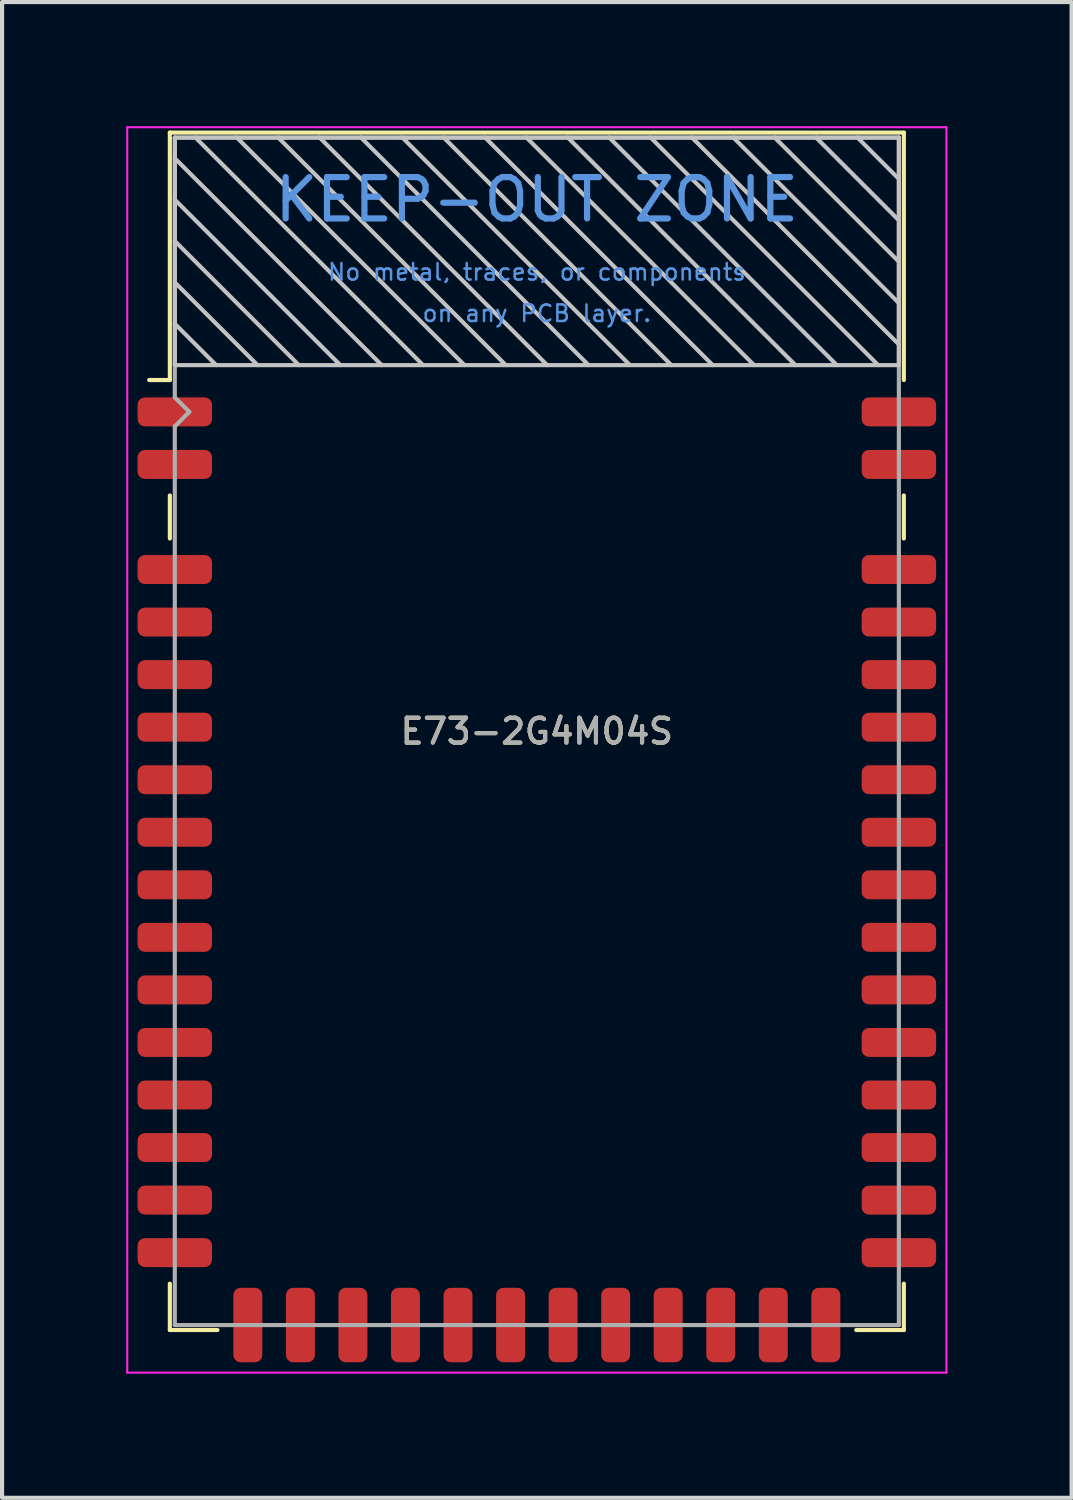
<source format=kicad_pcb>
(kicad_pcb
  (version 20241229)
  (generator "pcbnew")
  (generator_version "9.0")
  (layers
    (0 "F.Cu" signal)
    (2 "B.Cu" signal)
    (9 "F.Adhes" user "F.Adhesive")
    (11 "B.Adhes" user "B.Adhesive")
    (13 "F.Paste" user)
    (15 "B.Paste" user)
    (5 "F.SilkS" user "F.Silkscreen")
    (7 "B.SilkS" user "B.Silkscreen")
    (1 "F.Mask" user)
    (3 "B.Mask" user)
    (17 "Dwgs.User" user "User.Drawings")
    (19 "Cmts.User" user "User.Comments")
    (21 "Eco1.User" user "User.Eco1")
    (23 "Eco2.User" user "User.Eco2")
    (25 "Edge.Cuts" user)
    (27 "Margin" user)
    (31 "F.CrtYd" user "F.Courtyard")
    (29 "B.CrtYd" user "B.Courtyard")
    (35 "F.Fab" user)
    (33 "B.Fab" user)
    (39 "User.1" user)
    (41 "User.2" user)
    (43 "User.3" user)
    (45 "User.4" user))
  (footprint "E73-2G4M04S"
    (layer "F.Cu")
    (at 9.925 14.625)
    (property "Reference" "E73-2G4M04S" (at 0 0 0) (layer "F.SilkS") (effects (font (size 0.6 0.6) (thickness 0.1))))
    (attr smd)
    (fp_line (start -8.87 -14.47) (end -8.87 -8.49) (stroke (width 0.1) (type solid)) (layer "F.SilkS"))
    (fp_line (start -8.87 -8.49) (end -9.37 -8.49) (stroke (width 0.1) (type solid)) (layer "F.SilkS"))
    (fp_line (start -8.87 -5.7) (end -8.87 -4.66) (stroke (width 0.1) (type solid)) (layer "F.SilkS"))
    (fp_line (start -8.87 14.47) (end -8.87 13.35) (stroke (width 0.1) (type solid)) (layer "F.SilkS"))
    (fp_line (start -8.87 14.47) (end -7.72 14.47) (stroke (width 0.1) (type solid)) (layer "F.SilkS"))
    (fp_line (start 8.87 -14.47) (end -8.87 -14.47) (stroke (width 0.1) (type solid)) (layer "F.SilkS"))
    (fp_line (start 8.87 -14.47) (end 8.87 -8.49) (stroke (width 0.1) (type solid)) (layer "F.SilkS"))
    (fp_line (start 8.87 -5.7) (end 8.87 -4.66) (stroke (width 0.1) (type solid)) (layer "F.SilkS"))
    (fp_line (start 8.87 14.47) (end 7.72 14.47) (stroke (width 0.1) (type solid)) (layer "F.SilkS"))
    (fp_line (start 8.87 14.47) (end 8.87 13.35) (stroke (width 0.1) (type solid)) (layer "F.SilkS"))
    (fp_line (start -8.75 -14.35) (end 8.75 -14.35) (stroke (width 0.1) (type solid)) (layer "Dwgs.User"))
    (fp_line (start -8.75 -13.85) (end -3.75 -8.85) (stroke (width 0.1) (type solid)) (layer "Dwgs.User"))
    (fp_line (start -8.75 -11.85) (end -5.75 -8.85) (stroke (width 0.1) (type solid)) (layer "Dwgs.User"))
    (fp_line (start -8.75 -10.85) (end -6.75 -8.85) (stroke (width 0.1) (type solid)) (layer "Dwgs.User"))
    (fp_line (start -8.75 -9.85) (end -7.75 -8.85) (stroke (width 0.1) (type solid)) (layer "Dwgs.User"))
    (fp_line (start -8.75 -8.85) (end -8.75 -14.35) (stroke (width 0.1) (type solid)) (layer "Dwgs.User"))
    (fp_line (start -7.25 -14.35) (end -1.75 -8.85) (stroke (width 0.1) (type solid)) (layer "Dwgs.User"))
    (fp_line (start -5.25 -14.35) (end 0.25 -8.85) (stroke (width 0.1) (type solid)) (layer "Dwgs.User"))
    (fp_line (start -4.75 -8.85) (end -8.75 -12.85) (stroke (width 0.1) (type solid)) (layer "Dwgs.User"))
    (fp_line (start -3.25 -14.35) (end 2.25 -8.85) (stroke (width 0.1) (type solid)) (layer "Dwgs.User"))
    (fp_line (start -2.75 -8.85) (end -8.25 -14.35) (stroke (width 0.1) (type solid)) (layer "Dwgs.User"))
    (fp_line (start -1.25 -14.35) (end 4.25 -8.85) (stroke (width 0.1) (type solid)) (layer "Dwgs.User"))
    (fp_line (start -0.75 -8.85) (end -6.25 -14.35) (stroke (width 0.1) (type solid)) (layer "Dwgs.User"))
    (fp_line (start 0.75 -14.35) (end 6.25 -8.85) (stroke (width 0.1) (type solid)) (layer "Dwgs.User"))
    (fp_line (start 1.25 -8.85) (end -4.25 -14.35) (stroke (width 0.1) (type solid)) (layer "Dwgs.User"))
    (fp_line (start 2.75 -14.35) (end 8.25 -8.85) (stroke (width 0.1) (type solid)) (layer "Dwgs.User"))
    (fp_line (start 3.25 -8.85) (end -2.25 -14.35) (stroke (width 0.1) (type solid)) (layer "Dwgs.User"))
    (fp_line (start 4.75 -14.35) (end 8.75 -10.35) (stroke (width 0.1) (type solid)) (layer "Dwgs.User"))
    (fp_line (start 5.25 -8.85) (end -0.25 -14.35) (stroke (width 0.1) (type solid)) (layer "Dwgs.User"))
    (fp_line (start 6.75 -14.35) (end 8.75 -12.35) (stroke (width 0.1) (type solid)) (layer "Dwgs.User"))
    (fp_line (start 7.25 -8.85) (end 1.75 -14.35) (stroke (width 0.1) (type solid)) (layer "Dwgs.User"))
    (fp_line (start 8.75 -14.35) (end 8.75 -8.85) (stroke (width 0.1) (type solid)) (layer "Dwgs.User"))
    (fp_line (start 8.75 -13.35) (end 7.75 -14.35) (stroke (width 0.1) (type solid)) (layer "Dwgs.User"))
    (fp_line (start 8.75 -11.35) (end 5.75 -14.35) (stroke (width 0.1) (type solid)) (layer "Dwgs.User"))
    (fp_line (start 8.75 -9.35) (end 3.75 -14.35) (stroke (width 0.1) (type solid)) (layer "Dwgs.User"))
    (fp_line (start 8.75 -8.85) (end -8.75 -8.85) (stroke (width 0.1) (type solid)) (layer "Dwgs.User"))
    (fp_line (start -9.9 -14.6) (end -9.9 15.5) (stroke (width 0.05) (type solid)) (layer "F.CrtYd"))
    (fp_line (start -9.9 15.5) (end 9.9 15.5) (stroke (width 0.05) (type solid)) (layer "F.CrtYd"))
    (fp_line (start 9.9 -14.6) (end -9.9 -14.6) (stroke (width 0.05) (type solid)) (layer "F.CrtYd"))
    (fp_line (start 9.9 15.5) (end 9.9 -14.6) (stroke (width 0.05) (type solid)) (layer "F.CrtYd"))
    (fp_line (start -8.75 -8.07) (end -8.75 -14.35) (stroke (width 0.1) (type solid)) (layer "F.Fab"))
    (fp_line (start -8.75 -8.07) (end -8.4 -7.72) (stroke (width 0.1) (type solid)) (layer "F.Fab"))
    (fp_line (start -8.75 -7.37) (end -8.75 14.35) (stroke (width 0.1) (type solid)) (layer "F.Fab"))
    (fp_line (start -8.75 14.35) (end 8.75 14.35) (stroke (width 0.1) (type solid)) (layer "F.Fab"))
    (fp_line (start -8.4 -7.72) (end -8.75 -7.37) (stroke (width 0.1) (type solid)) (layer "F.Fab"))
    (fp_line (start 8.75 -14.35) (end -8.75 -14.35) (stroke (width 0.1) (type solid)) (layer "F.Fab"))
    (fp_line (start 8.75 14.35) (end 8.75 -14.35) (stroke (width 0.1) (type solid)) (layer "F.Fab"))
    (fp_text user "on any PCB layer." (at 0 -10.1 0) (layer "Cmts.User") (effects (font (size 0.4 0.4) (thickness 0.06))))
    (fp_text user "No metal, traces, or components" (at 0 -11.1 0) (layer "Cmts.User") (effects (font (size 0.4 0.4) (thickness 0.06))))
    (fp_text user "KEEP-OUT ZONE" (at 0 -12.85 0) (layer "Cmts.User") (effects (font (size 1 1) (thickness 0.15))))
    (fp_text user "${REFERENCE}" (at 0 0 0) (layer "F.Fab") (effects (font (size 0.6 0.6) (thickness 0.1))))
    (pad "0" smd roundrect (at -8.75 -7.72) (size 1.8 0.7) (layers "F.Cu" "F.Mask" "F.Paste") (roundrect_rratio 0.25))
    (pad "1" smd roundrect (at -8.75 -6.45) (size 1.8 0.7) (layers "F.Cu" "F.Mask" "F.Paste") (roundrect_rratio 0.25))
    (pad "2" smd roundrect (at -8.75 -3.91) (size 1.8 0.7) (layers "F.Cu" "F.Mask" "F.Paste") (roundrect_rratio 0.25))
    (pad "3" smd roundrect (at -8.75 -2.64) (size 1.8 0.7) (layers "F.Cu" "F.Mask" "F.Paste") (roundrect_rratio 0.25))
    (pad "4" smd roundrect (at -8.75 -1.37) (size 1.8 0.7) (layers "F.Cu" "F.Mask" "F.Paste") (roundrect_rratio 0.25))
    (pad "5" smd roundrect (at -8.75 -0.1) (size 1.8 0.7) (layers "F.Cu" "F.Mask" "F.Paste") (roundrect_rratio 0.25))
    (pad "6" smd roundrect (at -8.75 1.17) (size 1.8 0.7) (layers "F.Cu" "F.Mask" "F.Paste") (roundrect_rratio 0.25))
    (pad "7" smd roundrect (at -8.75 2.44) (size 1.8 0.7) (layers "F.Cu" "F.Mask" "F.Paste") (roundrect_rratio 0.25))
    (pad "8" smd roundrect (at -8.75 3.71) (size 1.8 0.7) (layers "F.Cu" "F.Mask" "F.Paste") (roundrect_rratio 0.25))
    (pad "9" smd roundrect (at -8.75 4.98) (size 1.8 0.7) (layers "F.Cu" "F.Mask" "F.Paste") (roundrect_rratio 0.25))
    (pad "10" smd roundrect (at -8.75 6.25) (size 1.8 0.7) (layers "F.Cu" "F.Mask" "F.Paste") (roundrect_rratio 0.25))
    (pad "11" smd roundrect (at -8.75 7.52) (size 1.8 0.7) (layers "F.Cu" "F.Mask" "F.Paste") (roundrect_rratio 0.25))
    (pad "12" smd roundrect (at -8.75 8.79) (size 1.8 0.7) (layers "F.Cu" "F.Mask" "F.Paste") (roundrect_rratio 0.25))
    (pad "13" smd roundrect (at -8.75 10.06) (size 1.8 0.7) (layers "F.Cu" "F.Mask" "F.Paste") (roundrect_rratio 0.25))
    (pad "14" smd roundrect (at -8.75 11.33) (size 1.8 0.7) (layers "F.Cu" "F.Mask" "F.Paste") (roundrect_rratio 0.25))
    (pad "15" smd roundrect (at -8.75 12.6) (size 1.8 0.7) (layers "F.Cu" "F.Mask" "F.Paste") (roundrect_rratio 0.25))
    (pad "16" smd roundrect (at -6.985 14.35) (size 0.7 1.8) (layers "F.Cu" "F.Mask" "F.Paste") (roundrect_rratio 0.25))
    (pad "17" smd roundrect (at -5.715 14.35) (size 0.7 1.8) (layers "F.Cu" "F.Mask" "F.Paste") (roundrect_rratio 0.25))
    (pad "18" smd roundrect (at -4.445 14.35) (size 0.7 1.8) (layers "F.Cu" "F.Mask" "F.Paste") (roundrect_rratio 0.25))
    (pad "19" smd roundrect (at -3.175 14.35) (size 0.7 1.8) (layers "F.Cu" "F.Mask" "F.Paste") (roundrect_rratio 0.25))
    (pad "20" smd roundrect (at -1.905 14.35) (size 0.7 1.8) (layers "F.Cu" "F.Mask" "F.Paste") (roundrect_rratio 0.25))
    (pad "21" smd roundrect (at -0.635 14.35) (size 0.7 1.8) (layers "F.Cu" "F.Mask" "F.Paste") (roundrect_rratio 0.25))
    (pad "22" smd roundrect (at 0.635 14.35) (size 0.7 1.8) (layers "F.Cu" "F.Mask" "F.Paste") (roundrect_rratio 0.25))
    (pad "23" smd roundrect (at 1.905 14.35) (size 0.7 1.8) (layers "F.Cu" "F.Mask" "F.Paste") (roundrect_rratio 0.25))
    (pad "24" smd roundrect (at 3.175 14.35) (size 0.7 1.8) (layers "F.Cu" "F.Mask" "F.Paste") (roundrect_rratio 0.25))
    (pad "25" smd roundrect (at 4.445 14.35) (size 0.7 1.8) (layers "F.Cu" "F.Mask" "F.Paste") (roundrect_rratio 0.25))
    (pad "26" smd roundrect (at 5.715 14.35) (size 0.7 1.8) (layers "F.Cu" "F.Mask" "F.Paste") (roundrect_rratio 0.25))
    (pad "27" smd roundrect (at 6.985 14.35) (size 0.7 1.8) (layers "F.Cu" "F.Mask" "F.Paste") (roundrect_rratio 0.25))
    (pad "28" smd roundrect (at 8.75 12.6) (size 1.8 0.7) (layers "F.Cu" "F.Mask" "F.Paste") (roundrect_rratio 0.25))
    (pad "29" smd roundrect (at 8.75 11.33) (size 1.8 0.7) (layers "F.Cu" "F.Mask" "F.Paste") (roundrect_rratio 0.25))
    (pad "30" smd roundrect (at 8.75 10.06) (size 1.8 0.7) (layers "F.Cu" "F.Mask" "F.Paste") (roundrect_rratio 0.25))
    (pad "31" smd roundrect (at 8.75 8.79) (size 1.8 0.7) (layers "F.Cu" "F.Mask" "F.Paste") (roundrect_rratio 0.25))
    (pad "32" smd roundrect (at 8.75 7.52) (size 1.8 0.7) (layers "F.Cu" "F.Mask" "F.Paste") (roundrect_rratio 0.25))
    (pad "33" smd roundrect (at 8.75 6.25) (size 1.8 0.7) (layers "F.Cu" "F.Mask" "F.Paste") (roundrect_rratio 0.25))
    (pad "34" smd roundrect (at 8.75 4.98) (size 1.8 0.7) (layers "F.Cu" "F.Mask" "F.Paste") (roundrect_rratio 0.25))
    (pad "35" smd roundrect (at 8.75 3.71) (size 1.8 0.7) (layers "F.Cu" "F.Mask" "F.Paste") (roundrect_rratio 0.25))
    (pad "36" smd roundrect (at 8.75 2.44) (size 1.8 0.7) (layers "F.Cu" "F.Mask" "F.Paste") (roundrect_rratio 0.25))
    (pad "37" smd roundrect (at 8.75 1.17) (size 1.8 0.7) (layers "F.Cu" "F.Mask" "F.Paste") (roundrect_rratio 0.25))
    (pad "38" smd roundrect (at 8.75 -0.1) (size 1.8 0.7) (layers "F.Cu" "F.Mask" "F.Paste") (roundrect_rratio 0.25))
    (pad "39" smd roundrect (at 8.75 -1.37) (size 1.8 0.7) (layers "F.Cu" "F.Mask" "F.Paste") (roundrect_rratio 0.25))
    (pad "40" smd roundrect (at 8.75 -2.64) (size 1.8 0.7) (layers "F.Cu" "F.Mask" "F.Paste") (roundrect_rratio 0.25))
    (pad "41" smd roundrect (at 8.75 -3.91) (size 1.8 0.7) (layers "F.Cu" "F.Mask" "F.Paste") (roundrect_rratio 0.25))
    (pad "42" smd roundrect (at 8.75 -6.45) (size 1.8 0.7) (layers "F.Cu" "F.Mask" "F.Paste") (roundrect_rratio 0.25))
    (pad "43" smd roundrect (at 8.75 -7.72) (size 1.8 0.7) (layers "F.Cu" "F.Mask" "F.Paste") (roundrect_rratio 0.25)))
  (gr_rect
    (start -3 -3)
    (end 22.85 33.15)
    (stroke (width 0.1) (type default))
    (fill no)
    (layer "Edge.Cuts")))
</source>
